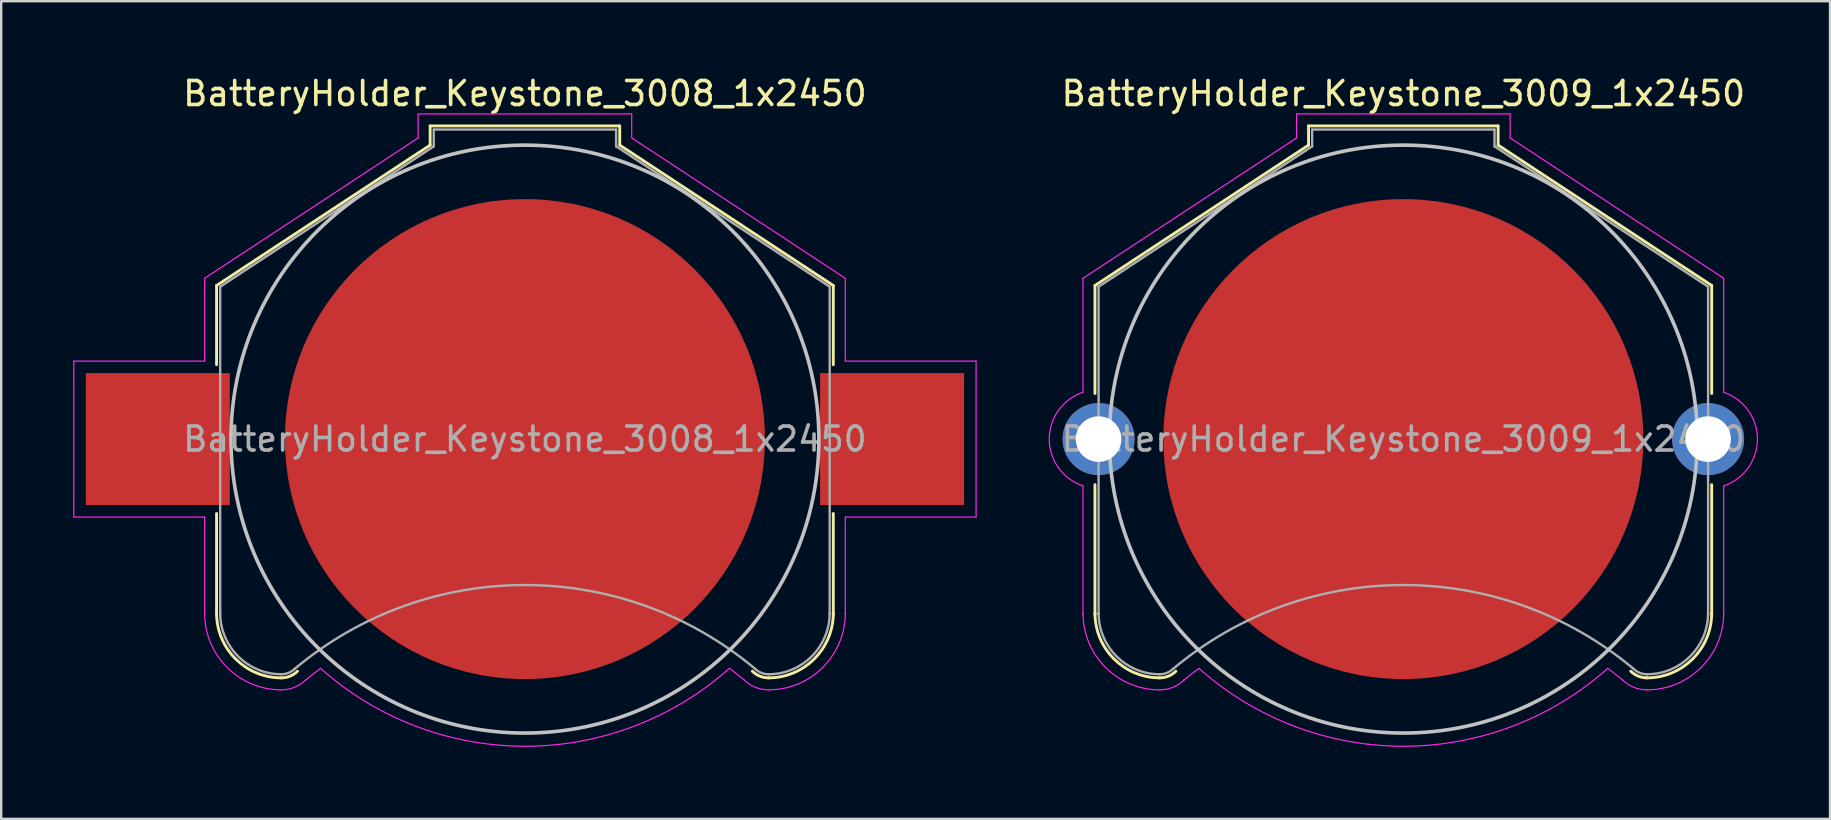
<source format=kicad_pcb>
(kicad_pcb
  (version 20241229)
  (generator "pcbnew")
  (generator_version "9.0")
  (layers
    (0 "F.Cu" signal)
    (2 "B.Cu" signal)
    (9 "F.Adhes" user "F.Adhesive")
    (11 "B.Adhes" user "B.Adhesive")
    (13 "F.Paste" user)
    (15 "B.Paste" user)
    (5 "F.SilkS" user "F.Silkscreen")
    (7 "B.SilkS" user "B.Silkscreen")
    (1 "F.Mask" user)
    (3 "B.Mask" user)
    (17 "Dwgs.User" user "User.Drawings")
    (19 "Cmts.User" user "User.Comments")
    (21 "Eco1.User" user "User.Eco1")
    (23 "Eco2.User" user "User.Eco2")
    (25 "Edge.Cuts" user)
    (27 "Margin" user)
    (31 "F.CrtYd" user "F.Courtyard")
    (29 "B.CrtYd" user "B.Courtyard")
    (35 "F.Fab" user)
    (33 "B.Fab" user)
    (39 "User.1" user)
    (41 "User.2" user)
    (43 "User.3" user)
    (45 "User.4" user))
  (footprint "BatteryHolder_Keystone_3008_1x2450"
    (layer "F.Cu")
    (at 18.825 15.248)
    (property "Reference" "BatteryHolder_Keystone_3008_1x2450" (at 0 -14.4 0) (layer "F.SilkS") (effects (font (size 1 1) (thickness 0.15))))
    (attr smd)
    (fp_line (start -12.85 -6.4) (end -12.85 -3.1) (stroke (width 0.12) (type solid)) (layer "F.SilkS"))
    (fp_line (start -12.85 3.1) (end -12.85 7.3) (stroke (width 0.12) (type solid)) (layer "F.SilkS"))
    (fp_line (start -3.95 -13.05) (end -3.95 -12.25) (stroke (width 0.12) (type solid)) (layer "F.SilkS"))
    (fp_line (start -3.95 -13.05) (end 3.95 -13.05) (stroke (width 0.12) (type solid)) (layer "F.SilkS"))
    (fp_line (start -3.95 -12.25) (end -12.85 -6.4) (stroke (width 0.12) (type solid)) (layer "F.SilkS"))
    (fp_line (start 3.95 -13.05) (end 3.95 -12.25) (stroke (width 0.12) (type solid)) (layer "F.SilkS"))
    (fp_line (start 3.95 -12.25) (end 12.85 -6.4) (stroke (width 0.12) (type solid)) (layer "F.SilkS"))
    (fp_line (start 12.85 -6.4) (end 12.85 -3.1) (stroke (width 0.12) (type solid)) (layer "F.SilkS"))
    (fp_line (start 12.85 3.1) (end 12.85 7.3) (stroke (width 0.12) (type solid)) (layer "F.SilkS"))
    (fp_arc (start -10.15 9.95) (mid -12.059188 9.159188) (end -12.85 7.25) (stroke (width 0.12) (type solid)) (layer "F.SilkS"))
    (fp_arc (start -9.478249 9.671751) (mid -9.786451 9.877685) (end -10.15 9.95) (stroke (width 0.12) (type solid)) (layer "F.SilkS"))
    (fp_arc (start 10.15 9.95) (mid 9.786451 9.877686) (end 9.478249 9.671751) (stroke (width 0.12) (type solid)) (layer "F.SilkS"))
    (fp_arc (start 12.85 7.25) (mid 12.059188 9.159188) (end 10.15 9.95) (stroke (width 0.12) (type solid)) (layer "F.SilkS"))
    (fp_circle (center 0 0) (end 12.25 0) (stroke (width 0.15) (type solid)) (fill no) (layer "Dwgs.User"))
    (fp_line (start -18.8 -3.25) (end -18.8 3.25) (stroke (width 0.05) (type solid)) (layer "F.CrtYd"))
    (fp_line (start -18.8 3.25) (end -13.35 3.25) (stroke (width 0.05) (type solid)) (layer "F.CrtYd"))
    (fp_line (start -13.35 -6.7) (end -13.35 -3.25) (stroke (width 0.05) (type solid)) (layer "F.CrtYd"))
    (fp_line (start -13.35 -3.25) (end -18.8 -3.25) (stroke (width 0.05) (type solid)) (layer "F.CrtYd"))
    (fp_line (start -13.35 3.25) (end -13.35 7.3) (stroke (width 0.05) (type solid)) (layer "F.CrtYd"))
    (fp_line (start -4.45 -13.55) (end -4.45 -12.55) (stroke (width 0.05) (type solid)) (layer "F.CrtYd"))
    (fp_line (start -4.45 -13.55) (end 4.45 -13.55) (stroke (width 0.05) (type solid)) (layer "F.CrtYd"))
    (fp_line (start -4.45 -12.55) (end -13.35 -6.7) (stroke (width 0.05) (type solid)) (layer "F.CrtYd"))
    (fp_line (start 4.45 -13.55) (end 4.45 -12.55) (stroke (width 0.05) (type solid)) (layer "F.CrtYd"))
    (fp_line (start 4.45 -12.55) (end 13.35 -6.7) (stroke (width 0.05) (type solid)) (layer "F.CrtYd"))
    (fp_line (start 13.35 -6.7) (end 13.35 -3.25) (stroke (width 0.05) (type solid)) (layer "F.CrtYd"))
    (fp_line (start 13.35 -3.25) (end 18.8 -3.25) (stroke (width 0.05) (type solid)) (layer "F.CrtYd"))
    (fp_line (start 13.35 3.25) (end 13.35 7.3) (stroke (width 0.05) (type solid)) (layer "F.CrtYd"))
    (fp_line (start 18.8 -3.25) (end 18.8 3.25) (stroke (width 0.05) (type solid)) (layer "F.CrtYd"))
    (fp_line (start 18.8 3.25) (end 13.35 3.25) (stroke (width 0.05) (type solid)) (layer "F.CrtYd"))
    (fp_arc (start -10.15 10.45) (mid -12.412742 9.512742) (end -13.35 7.25) (stroke (width 0.05) (type solid)) (layer "F.CrtYd"))
    (fp_arc (start -9.15 10.05) (mid -8.840691 9.798786) (end -8.524488 9.556307) (stroke (width 0.05) (type solid)) (layer "F.CrtYd"))
    (fp_arc (start -9.124695 10.025305) (mid -9.595109 10.339626) (end -10.15 10.45) (stroke (width 0.05) (type solid)) (layer "F.CrtYd"))
    (fp_arc (start 0 12.8) (mid -4.55581 11.961797) (end -8.514949 9.556969) (stroke (width 0.05) (type solid)) (layer "F.CrtYd"))
    (fp_arc (start 8.514949 9.556969) (mid 4.55581 11.961798) (end 0 12.8) (stroke (width 0.05) (type solid)) (layer "F.CrtYd"))
    (fp_arc (start 8.524488 9.556307) (mid 8.840691 9.798786) (end 9.15 10.05) (stroke (width 0.05) (type solid)) (layer "F.CrtYd"))
    (fp_arc (start 10.15 10.45) (mid 9.595109 10.339625) (end 9.124695 10.025305) (stroke (width 0.05) (type solid)) (layer "F.CrtYd"))
    (fp_arc (start 13.35 7.25) (mid 12.412742 9.512742) (end 10.15 10.45) (stroke (width 0.05) (type solid)) (layer "F.CrtYd"))
    (fp_line (start -12.7 -6.35) (end -12.7 7.3) (stroke (width 0.1) (type solid)) (layer "F.Fab"))
    (fp_line (start -3.8 -12.9) (end -3.8 -12.2) (stroke (width 0.1) (type solid)) (layer "F.Fab"))
    (fp_line (start -3.8 -12.9) (end 3.8 -12.9) (stroke (width 0.1) (type solid)) (layer "F.Fab"))
    (fp_line (start -3.8 -12.2) (end -12.7 -6.35) (stroke (width 0.1) (type solid)) (layer "F.Fab"))
    (fp_line (start 3.8 -12.9) (end 3.8 -12.2) (stroke (width 0.1) (type solid)) (layer "F.Fab"))
    (fp_line (start 3.8 -12.2) (end 12.7 -6.35) (stroke (width 0.1) (type solid)) (layer "F.Fab"))
    (fp_line (start 12.7 -6.35) (end 12.7 7.3) (stroke (width 0.1) (type solid)) (layer "F.Fab"))
    (fp_arc (start -10.15 9.8) (mid -11.953122 9.053122) (end -12.7 7.25) (stroke (width 0.1) (type solid)) (layer "F.Fab"))
    (fp_arc (start -9.6 9.58) (mid -0.013392 6.081011) (end 9.579482 9.562783) (stroke (width 0.1) (type solid)) (layer "F.Fab"))
    (fp_arc (start -9.584315 9.565685) (mid -9.843853 9.739103) (end -10.15 9.8) (stroke (width 0.1) (type solid)) (layer "F.Fab"))
    (fp_arc (start 10.15 9.8) (mid 9.843853 9.739104) (end 9.584315 9.565685) (stroke (width 0.1) (type solid)) (layer "F.Fab"))
    (fp_arc (start 12.7 7.25) (mid 11.953122 9.053122) (end 10.15 9.8) (stroke (width 0.1) (type solid)) (layer "F.Fab"))
    (fp_text user "${REFERENCE}" (at 0 0 0) (layer "F.Fab") (effects (font (size 1 1) (thickness 0.15))))
    (pad "1" smd rect (at -15.3 0) (size 6 5.5) (layers "F.Cu" "F.Mask" "F.Paste"))
    (pad "1" smd rect (at 15.3 0) (size 6 5.5) (layers "F.Cu" "F.Mask" "F.Paste"))
    (pad "2" smd circle (at 0 0) (size 20 20) (layers "F.Cu" "F.Mask")))
  (footprint "BatteryHolder_Keystone_3009_1x2450"
    (layer "F.Cu")
    (at 55.43 15.248)
    (property "Reference" "BatteryHolder_Keystone_3009_1x2450" (at 0 -14.4 0) (layer "F.SilkS") (effects (font (size 1 1) (thickness 0.15))))
    (attr through_hole)
    (fp_line (start -12.85 -6.4) (end -12.85 -1.9) (stroke (width 0.12) (type solid)) (layer "F.SilkS"))
    (fp_line (start -12.85 1.9) (end -12.85 7.3) (stroke (width 0.12) (type solid)) (layer "F.SilkS"))
    (fp_line (start -3.95 -13.05) (end -3.95 -12.25) (stroke (width 0.12) (type solid)) (layer "F.SilkS"))
    (fp_line (start -3.95 -13.05) (end 3.95 -13.05) (stroke (width 0.12) (type solid)) (layer "F.SilkS"))
    (fp_line (start -3.95 -12.25) (end -12.85 -6.4) (stroke (width 0.12) (type solid)) (layer "F.SilkS"))
    (fp_line (start 3.95 -13.05) (end 3.95 -12.25) (stroke (width 0.12) (type solid)) (layer "F.SilkS"))
    (fp_line (start 3.95 -12.25) (end 12.85 -6.4) (stroke (width 0.12) (type solid)) (layer "F.SilkS"))
    (fp_line (start 12.85 -6.4) (end 12.85 -1.9) (stroke (width 0.12) (type solid)) (layer "F.SilkS"))
    (fp_line (start 12.85 1.9) (end 12.85 7.3) (stroke (width 0.12) (type solid)) (layer "F.SilkS"))
    (fp_arc (start -10.15 9.95) (mid -12.059188 9.159188) (end -12.85 7.25) (stroke (width 0.12) (type solid)) (layer "F.SilkS"))
    (fp_arc (start -9.478249 9.671751) (mid -9.786451 9.877685) (end -10.15 9.95) (stroke (width 0.12) (type solid)) (layer "F.SilkS"))
    (fp_arc (start 10.15 9.95) (mid 9.786451 9.877686) (end 9.478249 9.671751) (stroke (width 0.12) (type solid)) (layer "F.SilkS"))
    (fp_arc (start 12.85 7.25) (mid 12.059188 9.159188) (end 10.15 9.95) (stroke (width 0.12) (type solid)) (layer "F.SilkS"))
    (fp_circle (center 0 0) (end 12.25 0) (stroke (width 0.15) (type solid)) (fill no) (layer "Dwgs.User"))
    (fp_line (start -13.35 -6.7) (end -13.35 -1.95) (stroke (width 0.05) (type solid)) (layer "F.CrtYd"))
    (fp_line (start -13.35 1.95) (end -13.35 7.3) (stroke (width 0.05) (type solid)) (layer "F.CrtYd"))
    (fp_line (start -4.45 -13.55) (end -4.45 -12.55) (stroke (width 0.05) (type solid)) (layer "F.CrtYd"))
    (fp_line (start -4.45 -13.55) (end 4.45 -13.55) (stroke (width 0.05) (type solid)) (layer "F.CrtYd"))
    (fp_line (start -4.45 -12.55) (end -13.35 -6.7) (stroke (width 0.05) (type solid)) (layer "F.CrtYd"))
    (fp_line (start 4.45 -13.55) (end 4.45 -12.55) (stroke (width 0.05) (type solid)) (layer "F.CrtYd"))
    (fp_line (start 4.45 -12.55) (end 13.35 -6.7) (stroke (width 0.05) (type solid)) (layer "F.CrtYd"))
    (fp_line (start 13.35 -6.7) (end 13.35 -1.95) (stroke (width 0.05) (type solid)) (layer "F.CrtYd"))
    (fp_line (start 13.35 1.95) (end 13.35 7.3) (stroke (width 0.05) (type solid)) (layer "F.CrtYd"))
    (fp_arc (start -13.35 1.95) (mid -14.755479 0.002334) (end -13.354426 -1.948519) (stroke (width 0.05) (type solid)) (layer "F.CrtYd"))
    (fp_arc (start -10.15 10.45) (mid -12.412742 9.512742) (end -13.35 7.25) (stroke (width 0.05) (type solid)) (layer "F.CrtYd"))
    (fp_arc (start -9.15 10.05) (mid -8.840691 9.798786) (end -8.524488 9.556307) (stroke (width 0.05) (type solid)) (layer "F.CrtYd"))
    (fp_arc (start -9.124695 10.025305) (mid -9.595109 10.339626) (end -10.15 10.45) (stroke (width 0.05) (type solid)) (layer "F.CrtYd"))
    (fp_arc (start 0 12.8) (mid -4.55581 11.961797) (end -8.514949 9.556969) (stroke (width 0.05) (type solid)) (layer "F.CrtYd"))
    (fp_arc (start 8.514949 9.556969) (mid 4.55581 11.961798) (end 0 12.8) (stroke (width 0.05) (type solid)) (layer "F.CrtYd"))
    (fp_arc (start 8.524488 9.556307) (mid 8.840691 9.798786) (end 9.15 10.05) (stroke (width 0.05) (type solid)) (layer "F.CrtYd"))
    (fp_arc (start 10.15 10.45) (mid 9.595109 10.339625) (end 9.124695 10.025305) (stroke (width 0.05) (type solid)) (layer "F.CrtYd"))
    (fp_arc (start 13.35 7.25) (mid 12.412742 9.512742) (end 10.15 10.45) (stroke (width 0.05) (type solid)) (layer "F.CrtYd"))
    (fp_arc (start 13.354426 -1.948519) (mid 14.755479 0.002334) (end 13.35 1.95) (stroke (width 0.05) (type solid)) (layer "F.CrtYd"))
    (fp_line (start -12.7 -6.35) (end -12.7 7.3) (stroke (width 0.1) (type solid)) (layer "F.Fab"))
    (fp_line (start -3.8 -12.9) (end -3.8 -12.2) (stroke (width 0.1) (type solid)) (layer "F.Fab"))
    (fp_line (start -3.8 -12.9) (end 3.8 -12.9) (stroke (width 0.1) (type solid)) (layer "F.Fab"))
    (fp_line (start -3.8 -12.2) (end -12.7 -6.35) (stroke (width 0.1) (type solid)) (layer "F.Fab"))
    (fp_line (start 3.8 -12.9) (end 3.8 -12.2) (stroke (width 0.1) (type solid)) (layer "F.Fab"))
    (fp_line (start 3.8 -12.2) (end 12.7 -6.35) (stroke (width 0.1) (type solid)) (layer "F.Fab"))
    (fp_line (start 12.7 -6.35) (end 12.7 7.3) (stroke (width 0.1) (type solid)) (layer "F.Fab"))
    (fp_arc (start -10.15 9.8) (mid -11.953122 9.053122) (end -12.7 7.25) (stroke (width 0.1) (type solid)) (layer "F.Fab"))
    (fp_arc (start -9.6 9.58) (mid -0.013392 6.081011) (end 9.579482 9.562783) (stroke (width 0.1) (type solid)) (layer "F.Fab"))
    (fp_arc (start -9.584315 9.565685) (mid -9.843853 9.739103) (end -10.15 9.8) (stroke (width 0.1) (type solid)) (layer "F.Fab"))
    (fp_arc (start 10.15 9.8) (mid 9.843853 9.739104) (end 9.584315 9.565685) (stroke (width 0.1) (type solid)) (layer "F.Fab"))
    (fp_arc (start 12.7 7.25) (mid 11.953122 9.053122) (end 10.15 9.8) (stroke (width 0.1) (type solid)) (layer "F.Fab"))
    (fp_text user "${REFERENCE}" (at 0 0 0) (layer "F.Fab") (effects (font (size 1 1) (thickness 0.15))))
    (pad "1" thru_hole circle (at -12.7 0) (size 3 3) (drill 1.9) (layers "*.Cu" "*.Mask"))
    (pad "1" thru_hole circle (at 12.7 0) (size 3 3) (drill 1.9) (layers "*.Cu" "*.Mask"))
    (pad "2" smd circle (at 0 0) (size 20 20) (layers "F.Cu" "F.Mask")))
  (gr_rect
    (start -3 -3)
    (end 73.211 31.073)
    (stroke (width 0.1) (type default))
    (fill no)
    (layer "Edge.Cuts")))
</source>
